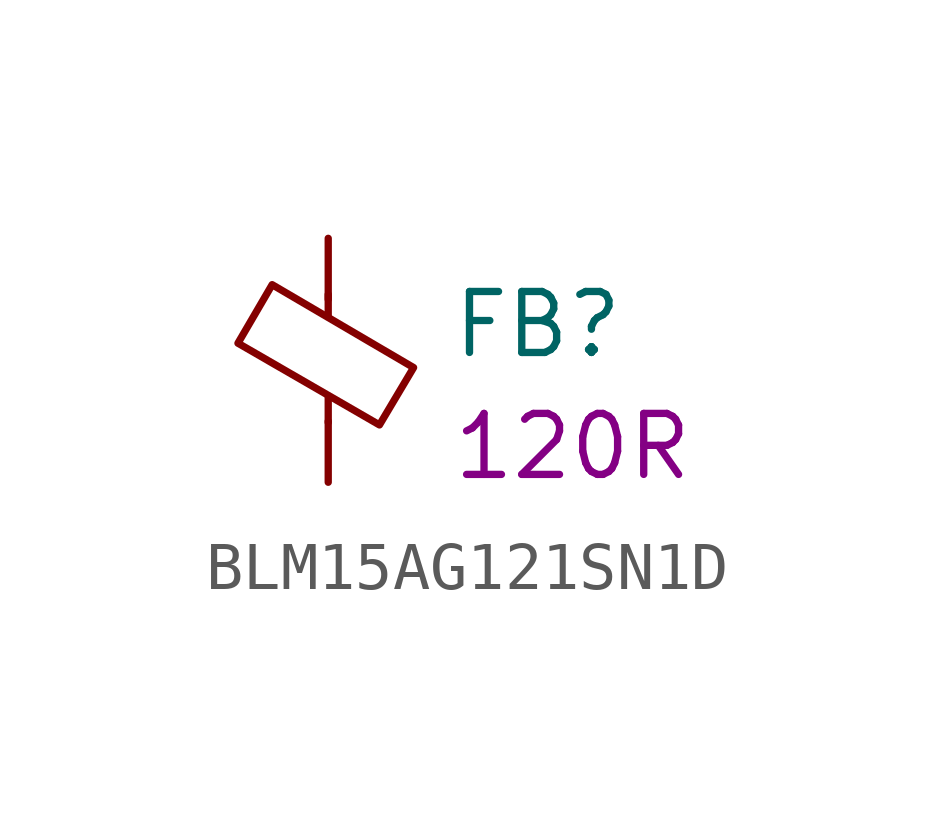
<source format=kicad_sym>
(kicad_symbol_lib
  (version 20211014)
  (generator kicad_symbol_editor)
  (symbol "BLM15AG121SN1D"
    (pin_numbers hide)
    (pin_names hide)
    (property "Reference" "FB"
      (at 2.54 0 0)
      (effects (font (size 1.27 1.27)) (justify left bottom)))
    (property "Value_shown" "120R"
      (at 2.54 -2.54 0)
      (effects (font (size 1.27 1.27)) (justify left bottom)))
    (symbol "BLM15AG121SN1D_0_1"
      (polyline (pts (xy 0 -1.295) (xy 0 -0.762)) (stroke (width 0) (type default) (color 0 0 0 0)) (fill (type none)))
      (polyline (pts (xy 0 1.372) (xy 0 0.94)) (stroke (width 0) (type default) (color 0 0 0 0)) (fill (type none)))
      (polyline (pts (xy -1.88 0.356) (xy -1.168 1.575) (xy 1.778 -0.152) (xy 1.067 -1.346) (xy -1.88 0.356)) (stroke (width 0) (type default) (color 0 0 0 0)) (fill (type none))))
    (symbol "BLM15AG121SN1D_1_1"
      (pin passive line (at 0 2.54 270) (length 1.27) (name "~" (effects (font (size 1.27 1.27)))) (number "1" (effects (font (size 1.27 1.27)))))
      (pin passive line (at 0 -2.54 90) (length 1.27) (name "~" (effects (font (size 1.27 1.27)))) (number "2" (effects (font (size 1.27 1.27))))))))
</source>
